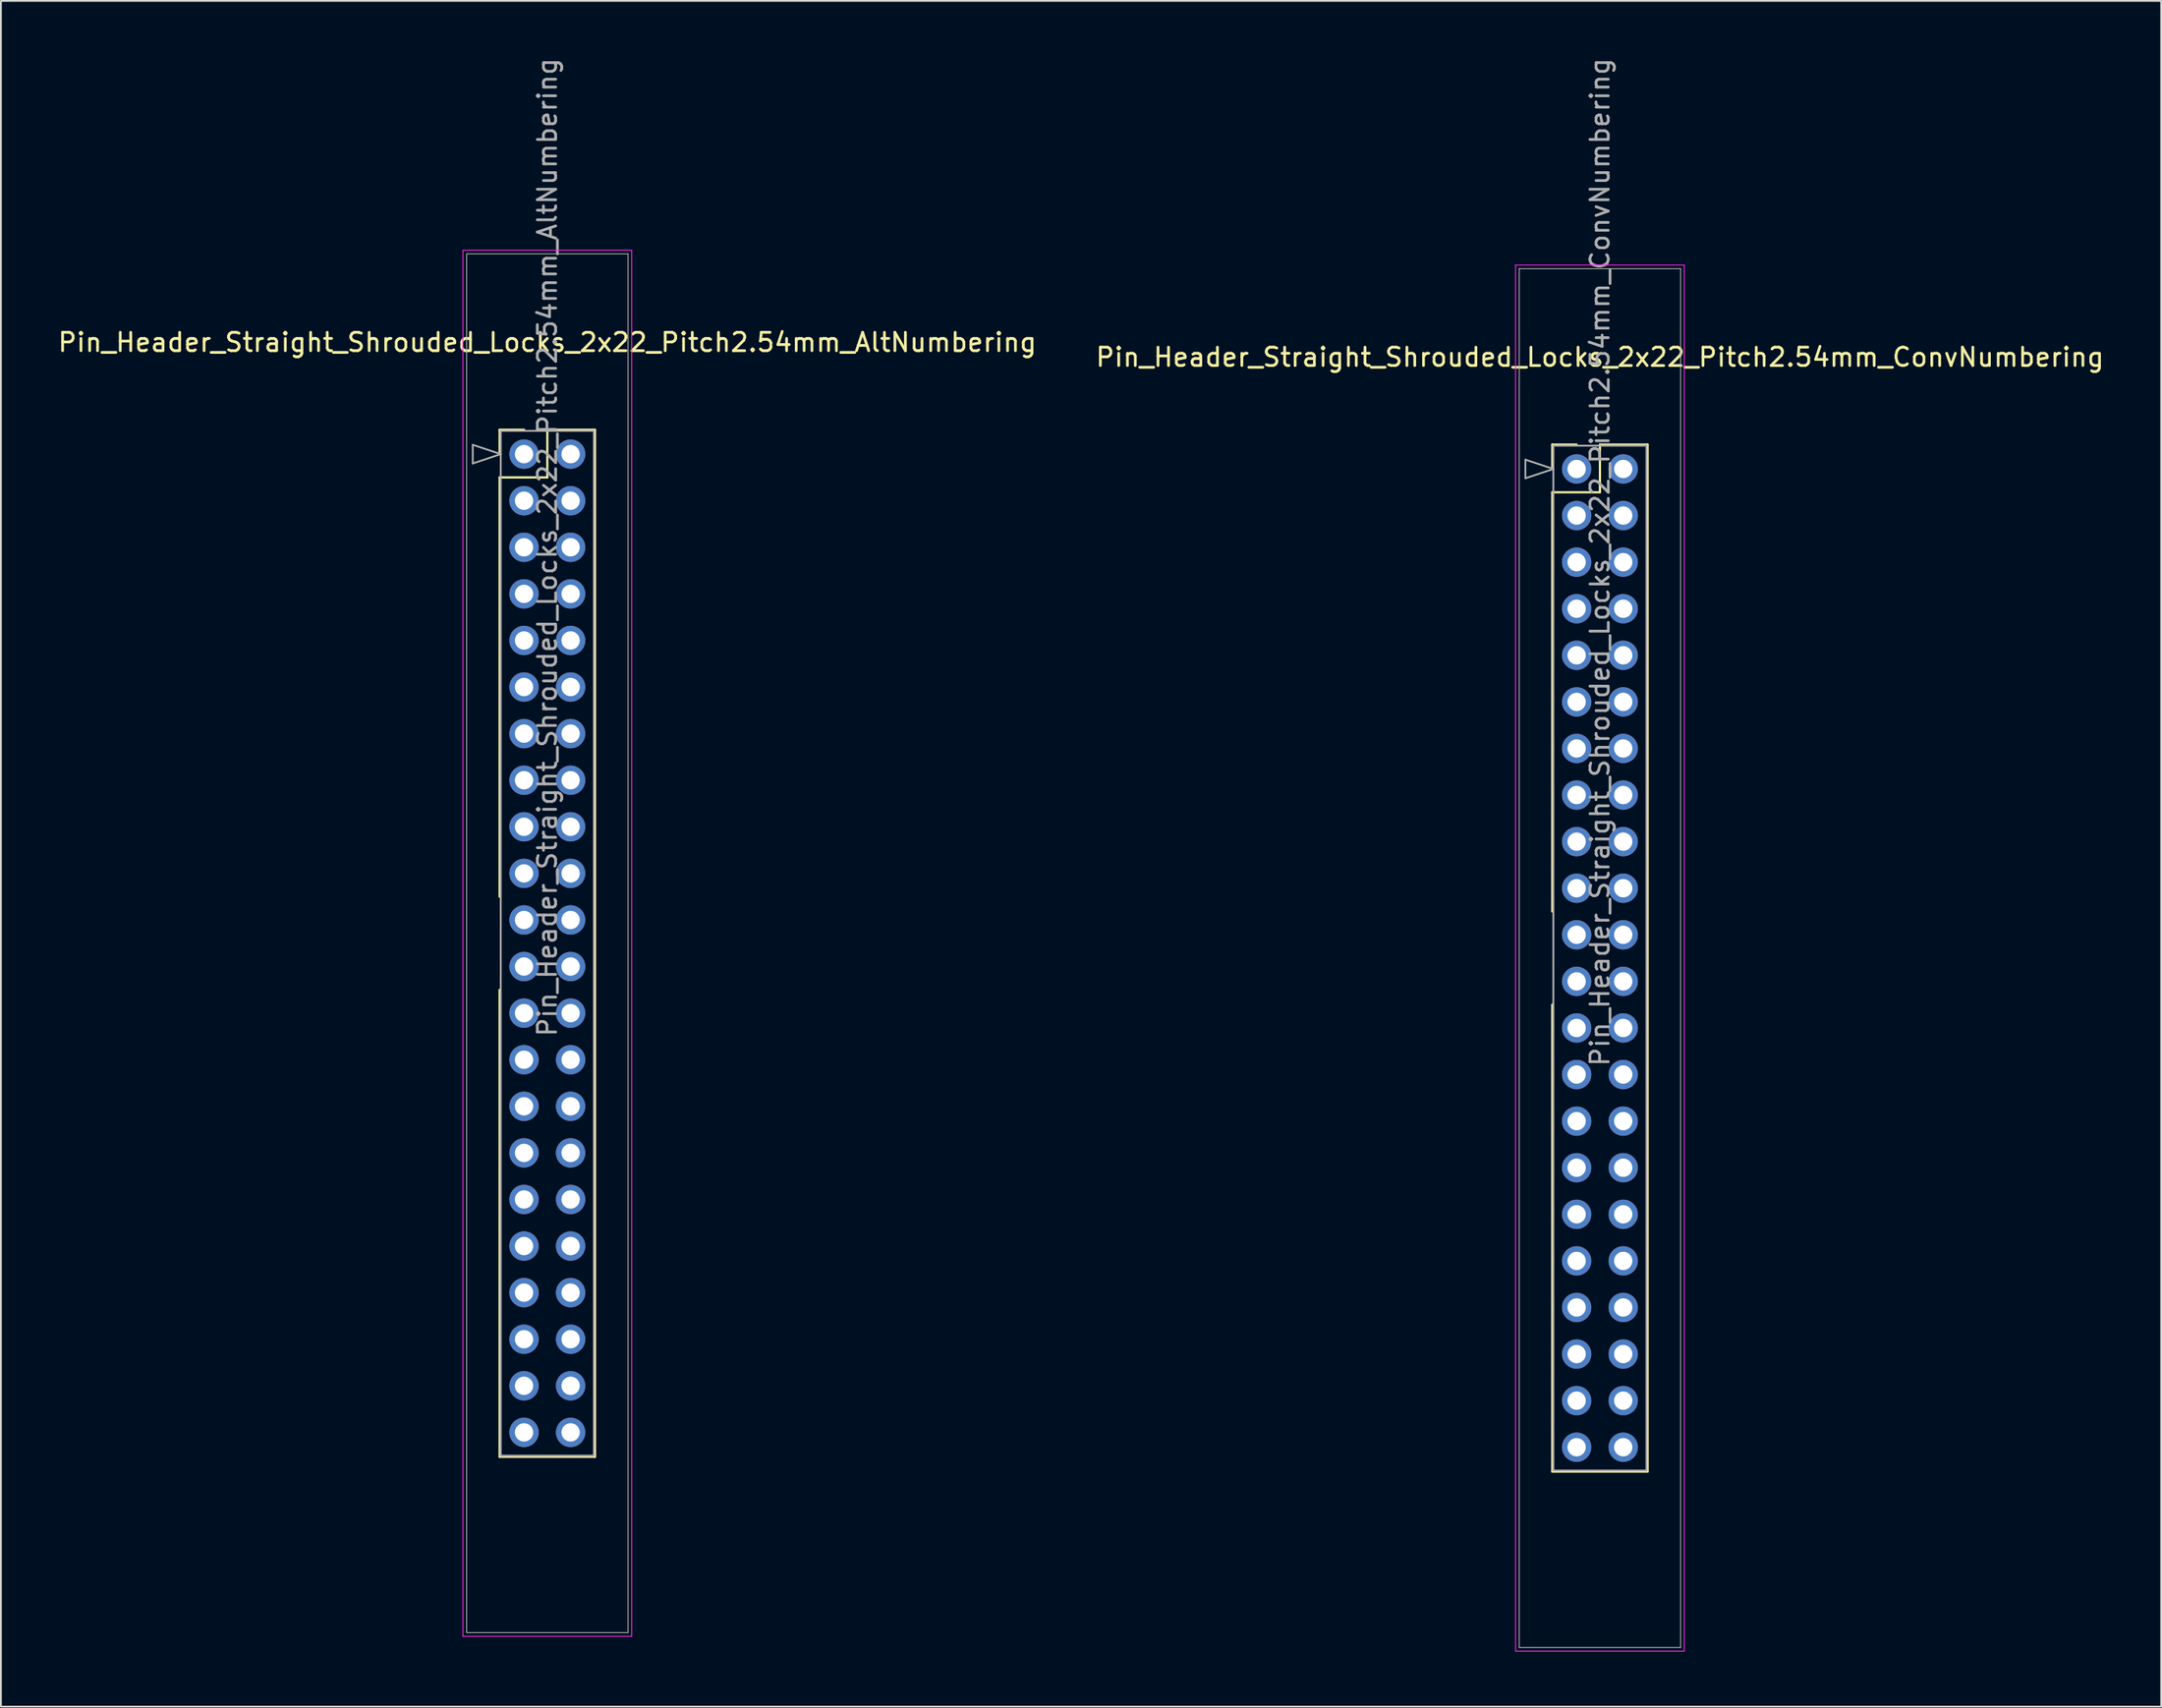
<source format=kicad_pcb>
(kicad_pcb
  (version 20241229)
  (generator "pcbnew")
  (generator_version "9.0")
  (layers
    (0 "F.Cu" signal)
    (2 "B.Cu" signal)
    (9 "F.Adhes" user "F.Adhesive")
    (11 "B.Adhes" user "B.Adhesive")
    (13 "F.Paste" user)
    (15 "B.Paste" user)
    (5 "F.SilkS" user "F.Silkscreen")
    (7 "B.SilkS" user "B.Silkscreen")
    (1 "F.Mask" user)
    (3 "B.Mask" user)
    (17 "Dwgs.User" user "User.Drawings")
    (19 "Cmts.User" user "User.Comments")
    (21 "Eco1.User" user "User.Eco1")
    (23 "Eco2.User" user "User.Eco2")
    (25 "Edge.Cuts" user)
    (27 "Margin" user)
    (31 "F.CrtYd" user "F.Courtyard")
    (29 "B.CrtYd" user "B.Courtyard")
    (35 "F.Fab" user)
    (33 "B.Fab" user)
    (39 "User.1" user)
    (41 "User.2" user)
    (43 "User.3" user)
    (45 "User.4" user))
  (footprint "Pin_Header_Straight_Shrouded_Locks_2x22_Pitch2.54mm_ConvNumbering"
    (layer "F.Cu")
    (at 82.915 22.521)
    (property "Reference" "Pin_Header_Straight_Shrouded_Locks_2x22_Pitch2.54mm_ConvNumbering" (at 1.27 -6.096 0) (layer "F.SilkS") (effects (font (size 1 1) (thickness 0.15))))
    (attr through_hole)
    (fp_line (start -1.33 -1.33) (end 0 -1.33) (stroke (width 0.12) (type solid)) (layer "F.SilkS"))
    (fp_line (start -1.33 0) (end -1.33 -1.33) (stroke (width 0.12) (type solid)) (layer "F.SilkS"))
    (fp_line (start -1.33 1.27) (end -1.33 24.13) (stroke (width 0.12) (type solid)) (layer "F.SilkS"))
    (fp_line (start -1.33 1.27) (end 1.27 1.27) (stroke (width 0.12) (type solid)) (layer "F.SilkS"))
    (fp_line (start -1.33 29.21) (end -1.33 54.67) (stroke (width 0.12) (type solid)) (layer "F.SilkS"))
    (fp_line (start -1.33 54.67) (end 3.87 54.67) (stroke (width 0.12) (type solid)) (layer "F.SilkS"))
    (fp_line (start 1.27 -1.33) (end 3.87 -1.33) (stroke (width 0.12) (type solid)) (layer "F.SilkS"))
    (fp_line (start 1.27 1.27) (end 1.27 -1.33) (stroke (width 0.12) (type solid)) (layer "F.SilkS"))
    (fp_line (start 3.87 -1.33) (end 3.87 54.67) (stroke (width 0.12) (type solid)) (layer "F.SilkS"))
    (fp_line (start -3.33 -11.12) (end -3.33 64.46) (stroke (width 0.05) (type solid)) (layer "F.CrtYd"))
    (fp_line (start -3.33 64.46) (end 5.87 64.46) (stroke (width 0.05) (type solid)) (layer "F.CrtYd"))
    (fp_line (start 5.87 -11.12) (end -3.33 -11.12) (stroke (width 0.05) (type solid)) (layer "F.CrtYd"))
    (fp_line (start 5.87 64.46) (end 5.87 -11.12) (stroke (width 0.05) (type solid)) (layer "F.CrtYd"))
    (fp_line (start -3.13 -10.92) (end -3.13 64.26) (stroke (width 0.05) (type solid)) (layer "F.Fab"))
    (fp_line (start -3.13 64.26) (end 5.67 64.26) (stroke (width 0.05) (type solid)) (layer "F.Fab"))
    (fp_line (start -2.794 -0.508) (end -1.27 0) (stroke (width 0.1) (type solid)) (layer "F.Fab"))
    (fp_line (start -2.794 0.508) (end -2.794 -0.508) (stroke (width 0.1) (type solid)) (layer "F.Fab"))
    (fp_line (start -1.27 -1.27) (end -1.27 54.61) (stroke (width 0.1) (type solid)) (layer "F.Fab"))
    (fp_line (start -1.27 0) (end -2.794 0.508) (stroke (width 0.1) (type solid)) (layer "F.Fab"))
    (fp_line (start -1.27 54.61) (end 3.81 54.61) (stroke (width 0.1) (type solid)) (layer "F.Fab"))
    (fp_line (start 3.81 -1.27) (end -1.27 -1.27) (stroke (width 0.1) (type solid)) (layer "F.Fab"))
    (fp_line (start 3.81 54.61) (end 3.81 -1.27) (stroke (width 0.1) (type solid)) (layer "F.Fab"))
    (fp_line (start 5.67 -10.92) (end -3.13 -10.92) (stroke (width 0.05) (type solid)) (layer "F.Fab"))
    (fp_line (start 5.67 64.26) (end 5.67 -10.92) (stroke (width 0.05) (type solid)) (layer "F.Fab"))
    (fp_text user "${REFERENCE}" (at 1.27 5.08 90) (layer "F.Fab") (effects (font (size 1 1) (thickness 0.15))))
    (pad "1" thru_hole oval (at 0 0) (size 1.6 1.6) (drill 1) (layers "*.Cu" "*.Mask"))
    (pad "2" thru_hole oval (at 2.54 0) (size 1.6 1.6) (drill 1) (layers "*.Cu" "*.Mask"))
    (pad "3" thru_hole oval (at 0 2.54) (size 1.6 1.6) (drill 1) (layers "*.Cu" "*.Mask"))
    (pad "4" thru_hole oval (at 2.54 2.54) (size 1.6 1.6) (drill 1) (layers "*.Cu" "*.Mask"))
    (pad "5" thru_hole oval (at 0 5.08) (size 1.6 1.6) (drill 1) (layers "*.Cu" "*.Mask"))
    (pad "6" thru_hole oval (at 2.54 5.08) (size 1.6 1.6) (drill 1) (layers "*.Cu" "*.Mask"))
    (pad "7" thru_hole oval (at 0 7.62) (size 1.6 1.6) (drill 1) (layers "*.Cu" "*.Mask"))
    (pad "8" thru_hole oval (at 2.54 7.62) (size 1.6 1.6) (drill 1) (layers "*.Cu" "*.Mask"))
    (pad "9" thru_hole oval (at 0 10.16) (size 1.6 1.6) (drill 1) (layers "*.Cu" "*.Mask"))
    (pad "10" thru_hole oval (at 2.54 10.16) (size 1.6 1.6) (drill 1) (layers "*.Cu" "*.Mask"))
    (pad "11" thru_hole oval (at 0 12.7) (size 1.6 1.6) (drill 1) (layers "*.Cu" "*.Mask"))
    (pad "12" thru_hole oval (at 2.54 12.7) (size 1.6 1.6) (drill 1) (layers "*.Cu" "*.Mask"))
    (pad "13" thru_hole oval (at 0 15.24) (size 1.6 1.6) (drill 1) (layers "*.Cu" "*.Mask"))
    (pad "14" thru_hole oval (at 2.54 15.24) (size 1.6 1.6) (drill 1) (layers "*.Cu" "*.Mask"))
    (pad "15" thru_hole oval (at 0 17.78) (size 1.6 1.6) (drill 1) (layers "*.Cu" "*.Mask"))
    (pad "16" thru_hole oval (at 2.54 17.78) (size 1.6 1.6) (drill 1) (layers "*.Cu" "*.Mask"))
    (pad "17" thru_hole oval (at 0 20.32) (size 1.6 1.6) (drill 1) (layers "*.Cu" "*.Mask"))
    (pad "18" thru_hole oval (at 2.54 20.32) (size 1.6 1.6) (drill 1) (layers "*.Cu" "*.Mask"))
    (pad "19" thru_hole oval (at 0 22.86) (size 1.6 1.6) (drill 1) (layers "*.Cu" "*.Mask"))
    (pad "20" thru_hole oval (at 2.54 22.86) (size 1.6 1.6) (drill 1) (layers "*.Cu" "*.Mask"))
    (pad "21" thru_hole oval (at 0 25.4) (size 1.6 1.6) (drill 1) (layers "*.Cu" "*.Mask"))
    (pad "22" thru_hole oval (at 2.54 25.4) (size 1.6 1.6) (drill 1) (layers "*.Cu" "*.Mask"))
    (pad "23" thru_hole oval (at 0 27.94) (size 1.6 1.6) (drill 1) (layers "*.Cu" "*.Mask"))
    (pad "24" thru_hole oval (at 2.54 27.94) (size 1.6 1.6) (drill 1) (layers "*.Cu" "*.Mask"))
    (pad "25" thru_hole oval (at 0 30.48) (size 1.6 1.6) (drill 1) (layers "*.Cu" "*.Mask"))
    (pad "26" thru_hole oval (at 2.54 30.48) (size 1.6 1.6) (drill 1) (layers "*.Cu" "*.Mask"))
    (pad "27" thru_hole oval (at 0 33.02) (size 1.6 1.6) (drill 1) (layers "*.Cu" "*.Mask"))
    (pad "28" thru_hole oval (at 2.54 33.02) (size 1.6 1.6) (drill 1) (layers "*.Cu" "*.Mask"))
    (pad "29" thru_hole oval (at 0 35.56) (size 1.6 1.6) (drill 1) (layers "*.Cu" "*.Mask"))
    (pad "30" thru_hole oval (at 2.54 35.56) (size 1.6 1.6) (drill 1) (layers "*.Cu" "*.Mask"))
    (pad "31" thru_hole oval (at 0 38.1) (size 1.6 1.6) (drill 1) (layers "*.Cu" "*.Mask"))
    (pad "32" thru_hole oval (at 2.54 38.1) (size 1.6 1.6) (drill 1) (layers "*.Cu" "*.Mask"))
    (pad "33" thru_hole oval (at 0 40.64) (size 1.6 1.6) (drill 1) (layers "*.Cu" "*.Mask"))
    (pad "34" thru_hole oval (at 2.54 40.64) (size 1.6 1.6) (drill 1) (layers "*.Cu" "*.Mask"))
    (pad "35" thru_hole oval (at 0 43.18) (size 1.6 1.6) (drill 1) (layers "*.Cu" "*.Mask"))
    (pad "36" thru_hole oval (at 2.54 43.18) (size 1.6 1.6) (drill 1) (layers "*.Cu" "*.Mask"))
    (pad "37" thru_hole oval (at 0 45.72) (size 1.6 1.6) (drill 1) (layers "*.Cu" "*.Mask"))
    (pad "38" thru_hole oval (at 2.54 45.72) (size 1.6 1.6) (drill 1) (layers "*.Cu" "*.Mask"))
    (pad "39" thru_hole oval (at 0 48.26) (size 1.6 1.6) (drill 1) (layers "*.Cu" "*.Mask"))
    (pad "40" thru_hole oval (at 2.54 48.26) (size 1.6 1.6) (drill 1) (layers "*.Cu" "*.Mask"))
    (pad "41" thru_hole oval (at 0 50.8) (size 1.6 1.6) (drill 1) (layers "*.Cu" "*.Mask"))
    (pad "42" thru_hole oval (at 2.54 50.8) (size 1.6 1.6) (drill 1) (layers "*.Cu" "*.Mask"))
    (pad "43" thru_hole oval (at 0 53.34) (size 1.6 1.6) (drill 1) (layers "*.Cu" "*.Mask"))
    (pad "44" thru_hole oval (at 2.54 53.34) (size 1.6 1.6) (drill 1) (layers "*.Cu" "*.Mask")))
  (footprint "Pin_Header_Straight_Shrouded_Locks_2x22_Pitch2.54mm_AltNumbering"
    (layer "F.Cu")
    (at 25.522 21.712)
    (property "Reference" "Pin_Header_Straight_Shrouded_Locks_2x22_Pitch2.54mm_AltNumbering" (at 1.27 -6.096 0) (layer "F.SilkS") (effects (font (size 1 1) (thickness 0.15))))
    (attr through_hole)
    (fp_line (start -1.33 -1.33) (end 0 -1.33) (stroke (width 0.12) (type solid)) (layer "F.SilkS"))
    (fp_line (start -1.33 0) (end -1.33 -1.33) (stroke (width 0.12) (type solid)) (layer "F.SilkS"))
    (fp_line (start -1.33 1.27) (end -1.33 24.13) (stroke (width 0.12) (type solid)) (layer "F.SilkS"))
    (fp_line (start -1.33 1.27) (end 1.27 1.27) (stroke (width 0.12) (type solid)) (layer "F.SilkS"))
    (fp_line (start -1.33 29.21) (end -1.33 54.67) (stroke (width 0.12) (type solid)) (layer "F.SilkS"))
    (fp_line (start -1.33 54.67) (end 3.87 54.67) (stroke (width 0.12) (type solid)) (layer "F.SilkS"))
    (fp_line (start 1.27 -1.33) (end 3.87 -1.33) (stroke (width 0.12) (type solid)) (layer "F.SilkS"))
    (fp_line (start 1.27 1.27) (end 1.27 -1.33) (stroke (width 0.12) (type solid)) (layer "F.SilkS"))
    (fp_line (start 3.87 -1.33) (end 3.87 54.67) (stroke (width 0.12) (type solid)) (layer "F.SilkS"))
    (fp_line (start -3.33 -11.12) (end -3.33 64.46) (stroke (width 0.05) (type solid)) (layer "F.CrtYd"))
    (fp_line (start -3.33 64.46) (end 5.87 64.46) (stroke (width 0.05) (type solid)) (layer "F.CrtYd"))
    (fp_line (start 5.87 -11.12) (end -3.33 -11.12) (stroke (width 0.05) (type solid)) (layer "F.CrtYd"))
    (fp_line (start 5.87 64.46) (end 5.87 -11.12) (stroke (width 0.05) (type solid)) (layer "F.CrtYd"))
    (fp_line (start -3.13 -10.92) (end -3.13 64.26) (stroke (width 0.05) (type solid)) (layer "F.Fab"))
    (fp_line (start -3.13 64.26) (end 5.67 64.26) (stroke (width 0.05) (type solid)) (layer "F.Fab"))
    (fp_line (start -2.794 -0.508) (end -1.27 0) (stroke (width 0.1) (type solid)) (layer "F.Fab"))
    (fp_line (start -2.794 0.508) (end -2.794 -0.508) (stroke (width 0.1) (type solid)) (layer "F.Fab"))
    (fp_line (start -1.27 -1.27) (end -1.27 54.61) (stroke (width 0.1) (type solid)) (layer "F.Fab"))
    (fp_line (start -1.27 0) (end -2.794 0.508) (stroke (width 0.1) (type solid)) (layer "F.Fab"))
    (fp_line (start -1.27 54.61) (end 3.81 54.61) (stroke (width 0.1) (type solid)) (layer "F.Fab"))
    (fp_line (start 3.81 -1.27) (end -1.27 -1.27) (stroke (width 0.1) (type solid)) (layer "F.Fab"))
    (fp_line (start 3.81 54.61) (end 3.81 -1.27) (stroke (width 0.1) (type solid)) (layer "F.Fab"))
    (fp_line (start 5.67 -10.92) (end -3.13 -10.92) (stroke (width 0.05) (type solid)) (layer "F.Fab"))
    (fp_line (start 5.67 64.26) (end 5.67 -10.92) (stroke (width 0.05) (type solid)) (layer "F.Fab"))
    (fp_text user "${REFERENCE}" (at 1.27 5.08 90) (layer "F.Fab") (effects (font (size 1 1) (thickness 0.15))))
    (pad "1" thru_hole oval (at 0 0) (size 1.6 1.6) (drill 1) (layers "*.Cu" "*.Mask"))
    (pad "2" thru_hole oval (at 0 2.54) (size 1.6 1.6) (drill 1) (layers "*.Cu" "*.Mask"))
    (pad "3" thru_hole oval (at 0 5.08) (size 1.6 1.6) (drill 1) (layers "*.Cu" "*.Mask"))
    (pad "4" thru_hole oval (at 0 7.62) (size 1.6 1.6) (drill 1) (layers "*.Cu" "*.Mask"))
    (pad "5" thru_hole oval (at 0 10.16) (size 1.6 1.6) (drill 1) (layers "*.Cu" "*.Mask"))
    (pad "6" thru_hole oval (at 0 12.7) (size 1.6 1.6) (drill 1) (layers "*.Cu" "*.Mask"))
    (pad "7" thru_hole oval (at 0 15.24) (size 1.6 1.6) (drill 1) (layers "*.Cu" "*.Mask"))
    (pad "8" thru_hole oval (at 0 17.78) (size 1.6 1.6) (drill 1) (layers "*.Cu" "*.Mask"))
    (pad "9" thru_hole oval (at 0 20.32) (size 1.6 1.6) (drill 1) (layers "*.Cu" "*.Mask"))
    (pad "10" thru_hole oval (at 0 22.86) (size 1.6 1.6) (drill 1) (layers "*.Cu" "*.Mask"))
    (pad "11" thru_hole oval (at 0 25.4) (size 1.6 1.6) (drill 1) (layers "*.Cu" "*.Mask"))
    (pad "12" thru_hole oval (at 0 27.94) (size 1.6 1.6) (drill 1) (layers "*.Cu" "*.Mask"))
    (pad "13" thru_hole oval (at 0 30.48) (size 1.6 1.6) (drill 1) (layers "*.Cu" "*.Mask"))
    (pad "14" thru_hole oval (at 0 33.02) (size 1.6 1.6) (drill 1) (layers "*.Cu" "*.Mask"))
    (pad "15" thru_hole oval (at 0 35.56) (size 1.6 1.6) (drill 1) (layers "*.Cu" "*.Mask"))
    (pad "16" thru_hole oval (at 0 38.1) (size 1.6 1.6) (drill 1) (layers "*.Cu" "*.Mask"))
    (pad "17" thru_hole oval (at 0 40.64) (size 1.6 1.6) (drill 1) (layers "*.Cu" "*.Mask"))
    (pad "18" thru_hole oval (at 0 43.18) (size 1.6 1.6) (drill 1) (layers "*.Cu" "*.Mask"))
    (pad "19" thru_hole oval (at 0 45.72) (size 1.6 1.6) (drill 1) (layers "*.Cu" "*.Mask"))
    (pad "20" thru_hole oval (at 0 48.26) (size 1.6 1.6) (drill 1) (layers "*.Cu" "*.Mask"))
    (pad "21" thru_hole oval (at 0 50.8) (size 1.6 1.6) (drill 1) (layers "*.Cu" "*.Mask"))
    (pad "22" thru_hole oval (at 0 53.34) (size 1.6 1.6) (drill 1) (layers "*.Cu" "*.Mask"))
    (pad "23" thru_hole oval (at 2.54 0) (size 1.6 1.6) (drill 1) (layers "*.Cu" "*.Mask"))
    (pad "24" thru_hole oval (at 2.54 2.54) (size 1.6 1.6) (drill 1) (layers "*.Cu" "*.Mask"))
    (pad "25" thru_hole oval (at 2.54 5.08) (size 1.6 1.6) (drill 1) (layers "*.Cu" "*.Mask"))
    (pad "26" thru_hole oval (at 2.54 7.62) (size 1.6 1.6) (drill 1) (layers "*.Cu" "*.Mask"))
    (pad "27" thru_hole oval (at 2.54 10.16) (size 1.6 1.6) (drill 1) (layers "*.Cu" "*.Mask"))
    (pad "28" thru_hole oval (at 2.54 12.7) (size 1.6 1.6) (drill 1) (layers "*.Cu" "*.Mask"))
    (pad "29" thru_hole oval (at 2.54 15.24) (size 1.6 1.6) (drill 1) (layers "*.Cu" "*.Mask"))
    (pad "30" thru_hole oval (at 2.54 17.78) (size 1.6 1.6) (drill 1) (layers "*.Cu" "*.Mask"))
    (pad "31" thru_hole oval (at 2.54 20.32) (size 1.6 1.6) (drill 1) (layers "*.Cu" "*.Mask"))
    (pad "32" thru_hole oval (at 2.54 22.86) (size 1.6 1.6) (drill 1) (layers "*.Cu" "*.Mask"))
    (pad "33" thru_hole oval (at 2.54 25.4) (size 1.6 1.6) (drill 1) (layers "*.Cu" "*.Mask"))
    (pad "34" thru_hole oval (at 2.54 27.94) (size 1.6 1.6) (drill 1) (layers "*.Cu" "*.Mask"))
    (pad "35" thru_hole oval (at 2.54 30.48) (size 1.6 1.6) (drill 1) (layers "*.Cu" "*.Mask"))
    (pad "36" thru_hole oval (at 2.54 33.02) (size 1.6 1.6) (drill 1) (layers "*.Cu" "*.Mask"))
    (pad "37" thru_hole oval (at 2.54 35.56) (size 1.6 1.6) (drill 1) (layers "*.Cu" "*.Mask"))
    (pad "38" thru_hole oval (at 2.54 38.1) (size 1.6 1.6) (drill 1) (layers "*.Cu" "*.Mask"))
    (pad "39" thru_hole oval (at 2.54 40.64) (size 1.6 1.6) (drill 1) (layers "*.Cu" "*.Mask"))
    (pad "40" thru_hole oval (at 2.54 43.18) (size 1.6 1.6) (drill 1) (layers "*.Cu" "*.Mask"))
    (pad "41" thru_hole oval (at 2.54 45.72) (size 1.6 1.6) (drill 1) (layers "*.Cu" "*.Mask"))
    (pad "42" thru_hole oval (at 2.54 48.26) (size 1.6 1.6) (drill 1) (layers "*.Cu" "*.Mask"))
    (pad "43" thru_hole oval (at 2.54 50.8) (size 1.6 1.6) (drill 1) (layers "*.Cu" "*.Mask"))
    (pad "44" thru_hole oval (at 2.54 53.34) (size 1.6 1.6) (drill 1) (layers "*.Cu" "*.Mask")))
  (gr_rect
    (start -3 -3)
    (end 114.786 90.006)
    (stroke (width 0.1) (type default))
    (fill no)
    (layer "Edge.Cuts")))
</source>
